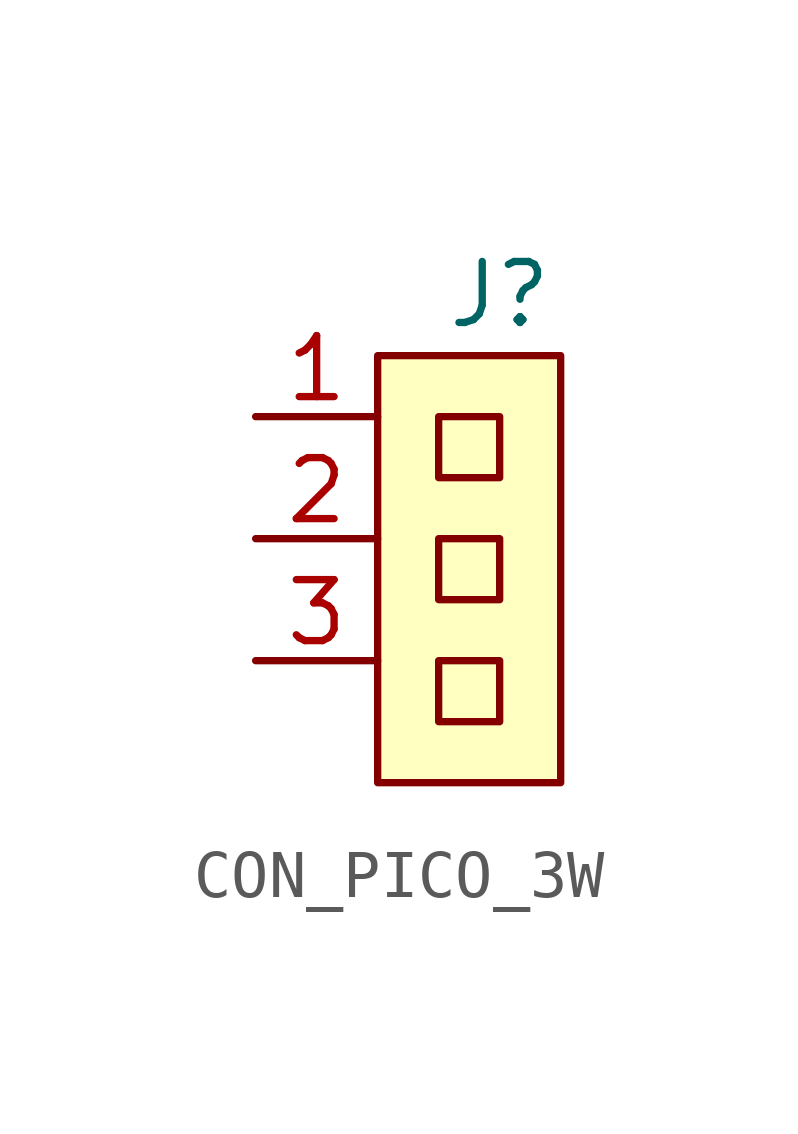
<source format=kicad_sym>
(kicad_symbol_lib
  (version 20220914)
  (generator kicad_symbol_editor)
  (symbol "CON_PICO_3W"
    (property "Reference" "J"
      (at 0 0 0)
      (effects (font (size 1.27 1.27))))
    (property "Value" ""
      (at 0 0 0)
      (effects (font (size 1.27 1.27))))
    (symbol "CON_PICO_3W_0_1"
      (rectangle (start -1.27 -7.62) (end 0 -8.89) (stroke (width 0) (type default)) (fill (type none)))
      (rectangle (start -1.27 -5.08) (end 0 -6.35) (stroke (width 0) (type default)) (fill (type none)))
      (rectangle (start -1.27 -2.54) (end 0 -3.81) (stroke (width 0) (type default)) (fill (type none))))
    (symbol "CON_PICO_3W_1_1"
      (rectangle (start -2.54 -1.27) (end 1.27 -10.16) (stroke (width 0) (type default)) (fill (type background)))
      (pin input line (at -5.08 -2.54 0) (length 2.54) (name "" (effects (font (size 1.27 1.27)))) (number "1" (effects (font (size 1.27 1.27)))))
      (pin input line (at -5.08 -5.08 0) (length 2.54) (name "" (effects (font (size 1.27 1.27)))) (number "2" (effects (font (size 1.27 1.27)))))
      (pin input line (at -5.08 -7.62 0) (length 2.54) (name "" (effects (font (size 1.27 1.27)))) (number "3" (effects (font (size 1.27 1.27))))))))
</source>
